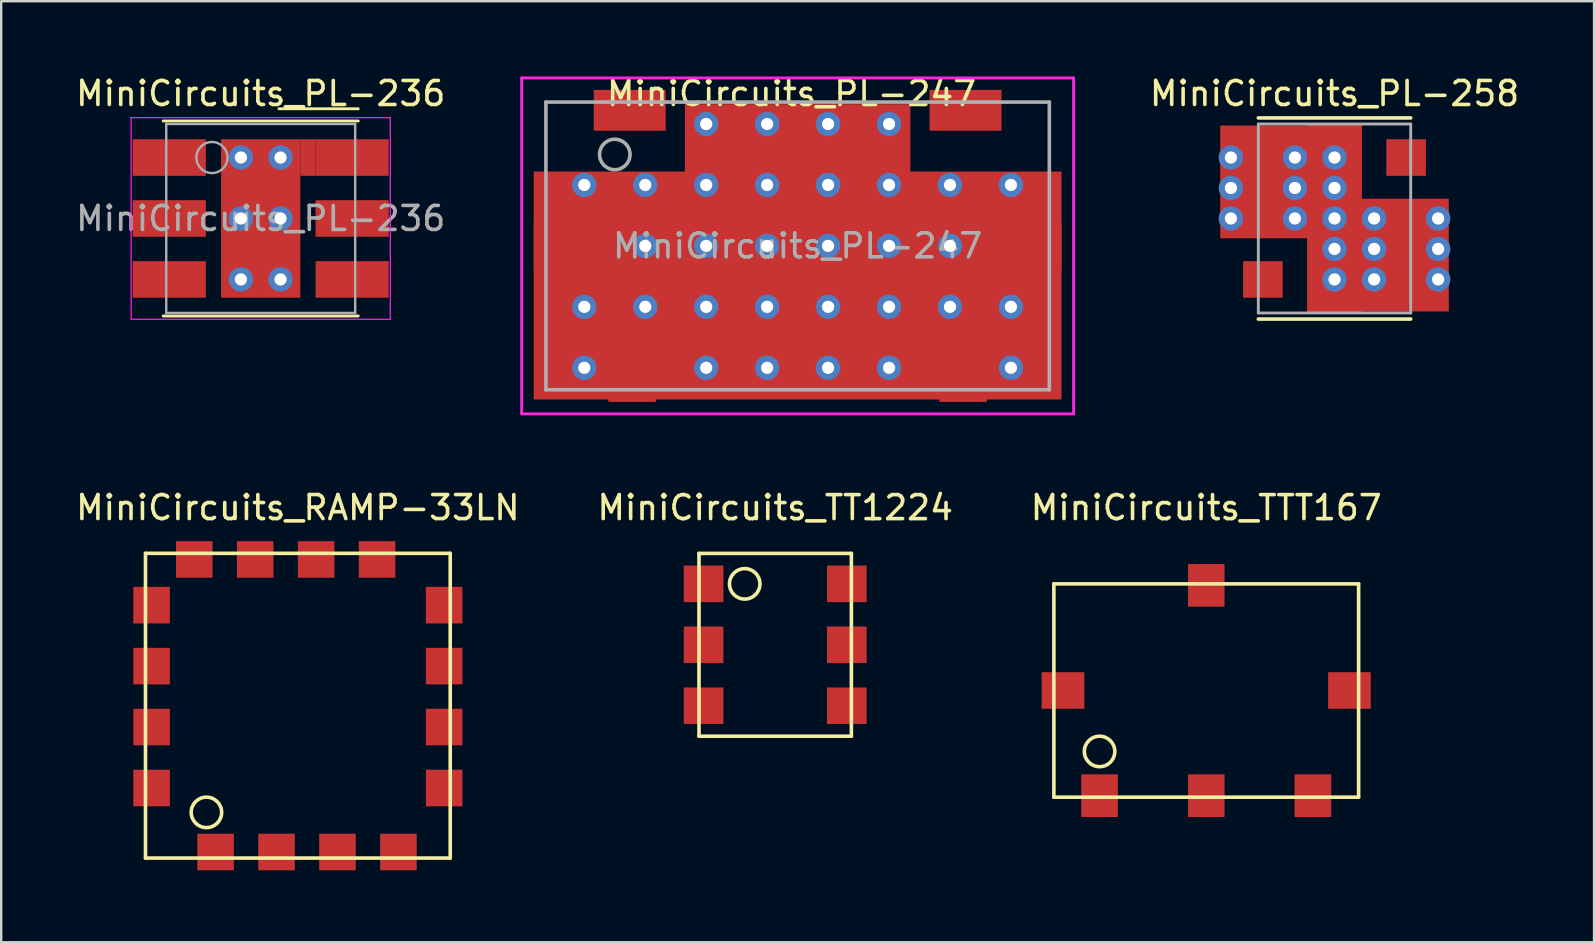
<source format=kicad_pcb>
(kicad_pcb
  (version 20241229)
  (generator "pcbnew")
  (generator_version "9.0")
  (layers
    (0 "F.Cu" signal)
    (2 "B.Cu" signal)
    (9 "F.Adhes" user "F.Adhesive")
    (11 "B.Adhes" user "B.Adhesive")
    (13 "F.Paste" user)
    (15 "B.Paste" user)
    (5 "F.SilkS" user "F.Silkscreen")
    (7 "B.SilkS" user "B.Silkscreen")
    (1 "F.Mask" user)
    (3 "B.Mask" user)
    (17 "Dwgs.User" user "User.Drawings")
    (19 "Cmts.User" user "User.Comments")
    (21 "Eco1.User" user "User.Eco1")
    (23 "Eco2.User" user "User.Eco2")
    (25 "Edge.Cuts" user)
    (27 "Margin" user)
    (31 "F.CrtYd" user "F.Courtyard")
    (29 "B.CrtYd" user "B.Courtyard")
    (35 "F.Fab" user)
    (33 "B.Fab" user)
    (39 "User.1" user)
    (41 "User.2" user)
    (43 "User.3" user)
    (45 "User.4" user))
  (footprint "MiniCircuits_PL-258"
    (layer "F.Cu")
    (at 52.566 6.055)
    (property "Reference" "MiniCircuits_PL-258" (at 0 -5.207 0) (layer "F.SilkS") (effects (font (size 1 1) (thickness 0.15))))
    (attr through_hole)
    (fp_line (start -3.175 -4.191) (end 3.175 -4.191) (stroke (width 0.15) (type solid)) (layer "F.SilkS"))
    (fp_line (start 3.175 4.191) (end -3.175 4.191) (stroke (width 0.15) (type solid)) (layer "F.SilkS"))
    (fp_line (start -3.175 -3.937) (end 3.175 -3.937) (stroke (width 0.12) (type solid)) (layer "F.Fab"))
    (fp_line (start -3.175 3.937) (end -3.175 -3.937) (stroke (width 0.12) (type solid)) (layer "F.Fab"))
    (fp_line (start -3.175 3.937) (end 3.175 3.937) (stroke (width 0.12) (type solid)) (layer "F.Fab"))
    (fp_line (start 3.175 -3.937) (end 3.175 3.937) (stroke (width 0.12) (type solid)) (layer "F.Fab"))
    (pad "1" smd rect (at 3.81 -2.54 180) (size 1.651 1.524) (drill (offset 0.826 0)) (layers "F.Cu" "F.Mask" "F.Paste"))
    (pad "2" thru_hole circle (at -4.318 -2.54) (size 1.016 1.016) (drill 0.508) (layers "*.Cu"))
    (pad "2" thru_hole circle (at -4.318 -1.27) (size 1.016 1.016) (drill 0.508) (layers "*.Cu"))
    (pad "2" thru_hole circle (at -4.318 0) (size 1.016 1.016) (drill 0.508) (layers "*.Cu"))
    (pad "2" smd rect (at -2.921 -1.524) (size 3.683 4.699) (layers "F.Cu"))
    (pad "2" thru_hole circle (at -1.651 -2.54) (size 1.016 1.016) (drill 0.508) (layers "*.Cu"))
    (pad "2" thru_hole circle (at -1.651 -1.27) (size 1.016 1.016) (drill 0.508) (layers "*.Cu"))
    (pad "2" thru_hole circle (at -1.651 0) (size 1.016 1.016) (drill 0.508) (layers "*.Cu"))
    (pad "2" thru_hole circle (at 0 -2.54) (size 1.016 1.016) (drill 0.508) (layers "*.Cu"))
    (pad "2" thru_hole circle (at 0 -1.27) (size 1.016 1.016) (drill 0.508) (layers "*.Cu"))
    (pad "2" thru_hole circle (at 0 0) (size 1.016 1.016) (drill 0.508) (layers "*.Cu"))
    (pad "2" smd rect (at 0 0) (size 2.286 7.874) (layers "F.Cu"))
    (pad "2" thru_hole circle (at 0 1.27) (size 1.016 1.016) (drill 0.508) (layers "*.Cu"))
    (pad "2" thru_hole circle (at 0 2.54) (size 1.016 1.016) (drill 0.508) (layers "*.Cu"))
    (pad "2" thru_hole circle (at 1.651 0) (size 1.016 1.016) (drill 0.508) (layers "*.Cu"))
    (pad "2" thru_hole circle (at 1.651 1.27) (size 1.016 1.016) (drill 0.508) (layers "*.Cu"))
    (pad "2" thru_hole circle (at 1.651 2.54) (size 1.016 1.016) (drill 0.508) (layers "*.Cu"))
    (pad "2" smd rect (at 2.921 1.524) (size 3.683 4.699) (layers "F.Cu"))
    (pad "2" smd rect (at 3.81 0 180) (size 1.651 1.524) (drill (offset 0.826 0)) (layers "F.Cu" "F.Mask" "F.Paste"))
    (pad "2" thru_hole circle (at 4.318 0) (size 1.016 1.016) (drill 0.508) (layers "*.Cu"))
    (pad "2" thru_hole circle (at 4.318 1.27) (size 1.016 1.016) (drill 0.508) (layers "*.Cu"))
    (pad "2" thru_hole circle (at 4.318 2.54) (size 1.016 1.016) (drill 0.508) (layers "*.Cu"))
    (pad "3" smd rect (at 3.81 2.54 180) (size 1.651 1.524) (drill (offset 0.826 0)) (layers "F.Cu" "F.Mask" "F.Paste"))
    (pad "4" smd rect (at -3.81 2.54) (size 1.651 1.524) (drill (offset 0.826 0)) (layers "F.Cu" "F.Mask" "F.Paste"))
    (pad "5" smd rect (at -3.81 0) (size 1.651 1.524) (drill (offset 0.826 0)) (layers "F.Cu" "F.Mask" "F.Paste"))
    (pad "6" smd rect (at -3.81 -2.54) (size 1.651 1.524) (drill (offset 0.826 0)) (layers "F.Cu" "F.Mask" "F.Paste")))
  (footprint "MiniCircuits_PL-236"
    (layer "F.Cu")
    (at 7.815 6.055)
    (property "Reference" "MiniCircuits_PL-236" (at 0 -5.207 0) (layer "F.SilkS") (effects (font (size 1 1) (thickness 0.15))))
    (attr smd)
    (fp_line (start 0.762 -4.572) (end 4.064 -4.572) (stroke (width 0.12) (type solid)) (layer "F.SilkS"))
    (fp_line (start 4.064 -4.064) (end -4.064 -4.064) (stroke (width 0.12) (type solid)) (layer "F.SilkS"))
    (fp_line (start 4.064 4.064) (end -4.064 4.064) (stroke (width 0.12) (type solid)) (layer "F.SilkS"))
    (fp_line (start -5.4 -4.2) (end -5.4 4.2) (stroke (width 0.05) (type solid)) (layer "F.CrtYd"))
    (fp_line (start -5.4 -4.2) (end 5.4 -4.2) (stroke (width 0.05) (type solid)) (layer "F.CrtYd"))
    (fp_line (start 5.4 -4.2) (end 5.4 4.2) (stroke (width 0.05) (type solid)) (layer "F.CrtYd"))
    (fp_line (start 5.4 4.2) (end -5.4 4.2) (stroke (width 0.05) (type solid)) (layer "F.CrtYd"))
    (fp_line (start -3.937 -3.937) (end -3.937 3.937) (stroke (width 0.1) (type solid)) (layer "F.Fab"))
    (fp_line (start -3.937 -3.937) (end 3.937 -3.937) (stroke (width 0.1) (type solid)) (layer "F.Fab"))
    (fp_line (start 3.937 3.937) (end -3.937 3.937) (stroke (width 0.1) (type solid)) (layer "F.Fab"))
    (fp_line (start 3.937 3.937) (end 3.937 -3.937) (stroke (width 0.1) (type solid)) (layer "F.Fab"))
    (fp_circle (center -2.032 -2.54) (end -1.384 -2.54) (stroke (width 0.1) (type solid)) (fill no) (layer "F.Fab"))
    (fp_text user "${REFERENCE}" (at 0 0 0) (layer "F.Fab") (effects (font (size 1 1) (thickness 0.15))))
    (pad "1" thru_hole circle (at -0.826 -2.54 270) (size 1.016 1.016) (drill 0.508) (layers "*.Cu"))
    (pad "1" thru_hole circle (at -0.826 0 270) (size 1.016 1.016) (drill 0.508) (layers "*.Cu"))
    (pad "1" thru_hole circle (at -0.826 2.54 270) (size 1.016 1.016) (drill 0.508) (layers "*.Cu"))
    (pad "1" smd rect (at 0 0) (size 3.302 6.604) (layers "F.Cu"))
    (pad "1" thru_hole circle (at 0.826 -2.54 270) (size 1.016 1.016) (drill 0.508) (layers "*.Cu"))
    (pad "1" thru_hole circle (at 0.826 0 270) (size 1.016 1.016) (drill 0.508) (layers "*.Cu"))
    (pad "1" thru_hole circle (at 0.826 2.54 270) (size 1.016 1.016) (drill 0.508) (layers "*.Cu"))
    (pad "1" smd rect (at 1.968 -2.54) (size 0.635 1.524) (layers "F.Cu"))
    (pad "1" smd rect (at 3.81 -2.54 270) (size 1.524 3.048) (layers "F.Cu" "F.Mask" "F.Paste"))
    (pad "2" smd rect (at 3.81 0 270) (size 1.524 3.048) (layers "F.Cu" "F.Mask" "F.Paste"))
    (pad "3" smd rect (at 3.81 2.54 270) (size 1.524 3.048) (layers "F.Cu" "F.Mask" "F.Paste"))
    (pad "4" smd rect (at -3.81 2.54 270) (size 1.524 3.048) (layers "F.Cu" "F.Mask" "F.Paste"))
    (pad "5" smd rect (at -3.81 0 270) (size 1.524 3.048) (layers "F.Cu" "F.Mask" "F.Paste"))
    (pad "6" smd rect (at -3.81 -2.54 270) (size 1.524 3.048) (layers "F.Cu" "F.Mask" "F.Paste")))
  (footprint "MiniCircuits_TTT167"
    (layer "F.Cu")
    (at 47.22 25.727)
    (property "Reference" "MiniCircuits_TTT167" (at 0 -7.62 0) (layer "F.SilkS") (effects (font (size 1 1) (thickness 0.15))))
    (attr through_hole)
    (fp_line (start -6.35 -4.445) (end 6.35 -4.445) (stroke (width 0.15) (type solid)) (layer "F.SilkS"))
    (fp_line (start -6.35 4.445) (end -6.35 -4.445) (stroke (width 0.15) (type solid)) (layer "F.SilkS"))
    (fp_line (start 6.35 -4.445) (end 6.35 4.445) (stroke (width 0.15) (type solid)) (layer "F.SilkS"))
    (fp_line (start 6.35 4.445) (end -6.35 4.445) (stroke (width 0.15) (type solid)) (layer "F.SilkS"))
    (fp_circle (center -4.445 2.54) (end -3.81 2.54) (stroke (width 0.15) (type solid)) (fill no) (layer "F.SilkS"))
    (pad "1" smd rect (at 6.858 0 180) (size 1.778 1.524) (drill (offset 0.889 0)) (layers "F.Cu" "F.Mask" "F.Paste"))
    (pad "2" smd rect (at -6.858 0) (size 1.778 1.524) (drill (offset 0.889 0)) (layers "F.Cu" "F.Mask" "F.Paste"))
    (pad "3" smd rect (at 0 5.271 90) (size 1.778 1.524) (drill (offset 0.889 0)) (layers "F.Cu" "F.Mask" "F.Paste"))
    (pad "4" smd rect (at 0 -5.271 270) (size 1.778 1.524) (drill (offset 0.889 0)) (layers "F.Cu" "F.Mask" "F.Paste"))
    (pad "5" smd rect (at -4.445 5.271 90) (size 1.778 1.524) (drill (offset 0.889 0)) (layers "F.Cu" "F.Mask" "F.Paste"))
    (pad "6" smd rect (at 4.445 5.271 90) (size 1.778 1.524) (drill (offset 0.889 0)) (layers "F.Cu" "F.Mask" "F.Paste")))
  (footprint "MiniCircuits_TT1224"
    (layer "F.Cu")
    (at 29.256 23.822)
    (property "Reference" "MiniCircuits_TT1224" (at 0 -5.715 0) (layer "F.SilkS") (effects (font (size 1 1) (thickness 0.15))))
    (attr through_hole)
    (fp_line (start -3.175 -3.81) (end 3.175 -3.81) (stroke (width 0.15) (type solid)) (layer "F.SilkS"))
    (fp_line (start -3.175 3.81) (end -3.175 -3.81) (stroke (width 0.15) (type solid)) (layer "F.SilkS"))
    (fp_line (start 3.175 -3.81) (end 3.175 3.81) (stroke (width 0.15) (type solid)) (layer "F.SilkS"))
    (fp_line (start 3.175 3.81) (end -3.175 3.81) (stroke (width 0.15) (type solid)) (layer "F.SilkS"))
    (fp_circle (center -1.27 -2.54) (end -1.905 -2.54) (stroke (width 0.15) (type solid)) (fill no) (layer "F.SilkS"))
    (pad "1" smd rect (at 3.81 -2.54 180) (size 1.651 1.524) (drill (offset 0.826 0)) (layers "F.Cu" "F.Mask" "F.Paste"))
    (pad "2" smd rect (at 3.81 0 180) (size 1.651 1.524) (drill (offset 0.826 0)) (layers "F.Cu" "F.Mask" "F.Paste"))
    (pad "3" smd rect (at 3.81 2.54 180) (size 1.651 1.524) (drill (offset 0.826 0)) (layers "F.Cu" "F.Mask" "F.Paste"))
    (pad "4" smd rect (at -3.81 2.54) (size 1.651 1.524) (drill (offset 0.826 0)) (layers "F.Cu" "F.Mask" "F.Paste"))
    (pad "5" smd rect (at -3.81 0) (size 1.651 1.524) (drill (offset 0.826 0)) (layers "F.Cu" "F.Mask" "F.Paste"))
    (pad "6" smd rect (at -3.81 -2.54) (size 1.651 1.524) (drill (offset 0.826 0)) (layers "F.Cu" "F.Mask" "F.Paste")))
  (footprint "MiniCircuits_RAMP-33LN"
    (layer "F.Cu")
    (at 9.363 26.361)
    (property "Reference" "MiniCircuits_RAMP-33LN" (at 0 -8.255 0) (layer "F.SilkS") (effects (font (size 1 1) (thickness 0.15))))
    (attr through_hole)
    (fp_line (start -6.35 -6.35) (end 6.35 -6.35) (stroke (width 0.15) (type solid)) (layer "F.SilkS"))
    (fp_line (start -6.35 6.35) (end -6.35 -6.35) (stroke (width 0.15) (type solid)) (layer "F.SilkS"))
    (fp_line (start 6.35 -6.35) (end 6.35 6.35) (stroke (width 0.15) (type solid)) (layer "F.SilkS"))
    (fp_line (start 6.35 6.35) (end -6.35 6.35) (stroke (width 0.15) (type solid)) (layer "F.SilkS"))
    (fp_circle (center -3.81 4.445) (end -3.175 4.445) (stroke (width 0.15) (type solid)) (fill no) (layer "F.SilkS"))
    (pad "1" smd rect (at -3.429 6.858 90) (size 1.524 1.524) (drill (offset 0.762 0)) (layers "F.Cu" "F.Mask" "F.Paste"))
    (pad "2" smd rect (at -0.889 6.858 90) (size 1.524 1.524) (drill (offset 0.762 0)) (layers "F.Cu" "F.Mask" "F.Paste"))
    (pad "3" smd rect (at 1.651 6.858 90) (size 1.524 1.524) (drill (offset 0.762 0)) (layers "F.Cu" "F.Mask" "F.Paste"))
    (pad "4" smd rect (at 4.191 6.858 90) (size 1.524 1.524) (drill (offset 0.762 0)) (layers "F.Cu" "F.Mask" "F.Paste"))
    (pad "5" smd rect (at 6.858 3.429 180) (size 1.524 1.524) (drill (offset 0.762 0)) (layers "F.Cu" "F.Mask" "F.Paste"))
    (pad "6" smd rect (at 6.858 0.889 180) (size 1.524 1.524) (drill (offset 0.762 0)) (layers "F.Cu" "F.Mask" "F.Paste"))
    (pad "7" smd rect (at 6.858 -1.651 180) (size 1.524 1.524) (drill (offset 0.762 0)) (layers "F.Cu" "F.Mask" "F.Paste"))
    (pad "8" smd rect (at 6.858 -4.191 180) (size 1.524 1.524) (drill (offset 0.762 0)) (layers "F.Cu" "F.Mask" "F.Paste"))
    (pad "9" smd rect (at 3.302 -6.858 270) (size 1.524 1.524) (drill (offset 0.762 0)) (layers "F.Cu" "F.Mask" "F.Paste"))
    (pad "10" smd rect (at 0.762 -6.858 270) (size 1.524 1.524) (drill (offset 0.762 0)) (layers "F.Cu" "F.Mask" "F.Paste"))
    (pad "11" smd rect (at -1.778 -6.858 270) (size 1.524 1.524) (drill (offset 0.762 0)) (layers "F.Cu" "F.Mask" "F.Paste"))
    (pad "12" smd rect (at -4.318 -6.858 270) (size 1.524 1.524) (drill (offset 0.762 0)) (layers "F.Cu" "F.Mask" "F.Paste"))
    (pad "13" smd rect (at -6.858 -4.191) (size 1.524 1.524) (drill (offset 0.762 0)) (layers "F.Cu" "F.Mask" "F.Paste"))
    (pad "14" smd rect (at -6.858 -1.651) (size 1.524 1.524) (drill (offset 0.762 0)) (layers "F.Cu" "F.Mask" "F.Paste"))
    (pad "15" smd rect (at -6.858 0.889) (size 1.524 1.524) (drill (offset 0.762 0)) (layers "F.Cu" "F.Mask" "F.Paste"))
    (pad "16" smd rect (at -6.858 3.429) (size 1.524 1.524) (drill (offset 0.762 0)) (layers "F.Cu" "F.Mask" "F.Paste")))
  (footprint "MiniCircuits_PL-247"
    (layer "F.Cu")
    (at 30.191 7.198)
    (property "Reference" "MiniCircuits_PL-247" (at -0.254 -6.35 0) (layer "F.SilkS") (effects (font (size 1 1) (thickness 0.15))))
    (attr smd)
    (fp_line (start -11.5 -7) (end 11.5 -7) (stroke (width 0.12) (type solid)) (layer "F.CrtYd"))
    (fp_line (start -11.5 7) (end -11.5 -7) (stroke (width 0.12) (type solid)) (layer "F.CrtYd"))
    (fp_line (start 11.5 -7) (end 11.5 7) (stroke (width 0.12) (type solid)) (layer "F.CrtYd"))
    (fp_line (start 11.5 7) (end -11.5 7) (stroke (width 0.12) (type solid)) (layer "F.CrtYd"))
    (fp_line (start -10.49 -5.994) (end 10.49 -5.994) (stroke (width 0.15) (type solid)) (layer "F.Fab"))
    (fp_line (start -10.49 5.994) (end -10.49 -5.994) (stroke (width 0.15) (type solid)) (layer "F.Fab"))
    (fp_line (start 10.49 -5.994) (end 10.49 5.994) (stroke (width 0.15) (type solid)) (layer "F.Fab"))
    (fp_line (start 10.49 5.994) (end -10.49 5.994) (stroke (width 0.15) (type solid)) (layer "F.Fab"))
    (fp_circle (center -7.62 -3.81) (end -6.985 -3.81) (stroke (width 0.15) (type solid)) (fill no) (layer "F.Fab"))
    (fp_text user "${REFERENCE}" (at 0 0 0) (layer "F.Fab") (effects (font (size 1 1) (thickness 0.15))))
    (pad "1" smd rect (at -6.998 -6.502) (size 2.997 1.702) (drill (offset 0 0.851)) (layers "F.Cu" "F.Mask" "F.Paste"))
    (pad "2" smd rect (at 6.998 -6.502) (size 2.997 1.702) (drill (offset 0 0.851)) (layers "F.Cu" "F.Mask" "F.Paste"))
    (pad "3" thru_hole circle (at -8.89 -2.54) (size 1.016 1.016) (drill 0.508) (layers "*.Cu" "*.Mask"))
    (pad "3" thru_hole circle (at -8.89 2.54) (size 1.016 1.016) (drill 0.508) (layers "*.Cu" "*.Mask"))
    (pad "3" thru_hole circle (at -8.89 5.08) (size 1.016 1.016) (drill 0.508) (layers "*.Cu" "*.Mask"))
    (pad "3" thru_hole circle (at -6.35 -2.54) (size 1.016 1.016) (drill 0.508) (layers "*.Cu" "*.Mask"))
    (pad "3" thru_hole circle (at -6.35 0) (size 1.016 1.016) (drill 0.508) (layers "*.Cu" "*.Mask"))
    (pad "3" thru_hole circle (at -6.35 2.54) (size 1.016 1.016) (drill 0.508) (layers "*.Cu" "*.Mask"))
    (pad "3" thru_hole circle (at -3.81 -5.08) (size 1.016 1.016) (drill 0.508) (layers "*.Cu" "*.Mask"))
    (pad "3" thru_hole circle (at -3.81 -2.54) (size 1.016 1.016) (drill 0.508) (layers "*.Cu" "*.Mask"))
    (pad "3" thru_hole circle (at -3.81 0) (size 1.016 1.016) (drill 0.508) (layers "*.Cu" "*.Mask"))
    (pad "3" thru_hole circle (at -3.81 2.54) (size 1.016 1.016) (drill 0.508) (layers "*.Cu" "*.Mask"))
    (pad "3" thru_hole circle (at -3.81 5.08) (size 1.016 1.016) (drill 0.508) (layers "*.Cu" "*.Mask"))
    (pad "3" thru_hole circle (at -1.27 -5.08) (size 1.016 1.016) (drill 0.508) (layers "*.Cu" "*.Mask"))
    (pad "3" thru_hole circle (at -1.27 -2.54) (size 1.016 1.016) (drill 0.508) (layers "*.Cu" "*.Mask"))
    (pad "3" thru_hole circle (at -1.27 0) (size 1.016 1.016) (drill 0.508) (layers "*.Cu" "*.Mask"))
    (pad "3" thru_hole circle (at -1.27 2.54) (size 1.016 1.016) (drill 0.508) (layers "*.Cu" "*.Mask"))
    (pad "3" thru_hole circle (at -1.27 5.08) (size 1.016 1.016) (drill 0.508) (layers "*.Cu" "*.Mask"))
    (pad "3" smd rect (at 0 -4.445) (size 9.398 2.921) (layers "F.Cu"))
    (pad "3" smd rect (at 0 1.651) (size 21.996 9.5) (layers "F.Cu"))
    (pad "3" thru_hole circle (at 1.27 -5.08) (size 1.016 1.016) (drill 0.508) (layers "*.Cu" "*.Mask"))
    (pad "3" thru_hole circle (at 1.27 -2.54) (size 1.016 1.016) (drill 0.508) (layers "*.Cu" "*.Mask"))
    (pad "3" thru_hole circle (at 1.27 0) (size 1.016 1.016) (drill 0.508) (layers "*.Cu" "*.Mask"))
    (pad "3" thru_hole circle (at 1.27 2.54) (size 1.016 1.016) (drill 0.508) (layers "*.Cu" "*.Mask"))
    (pad "3" thru_hole circle (at 1.27 5.08) (size 1.016 1.016) (drill 0.508) (layers "*.Cu" "*.Mask"))
    (pad "3" thru_hole circle (at 3.81 -5.08) (size 1.016 1.016) (drill 0.508) (layers "*.Cu" "*.Mask"))
    (pad "3" thru_hole circle (at 3.81 -2.54) (size 1.016 1.016) (drill 0.508) (layers "*.Cu" "*.Mask"))
    (pad "3" thru_hole circle (at 3.81 0) (size 1.016 1.016) (drill 0.508) (layers "*.Cu" "*.Mask"))
    (pad "3" thru_hole circle (at 3.81 2.54) (size 1.016 1.016) (drill 0.508) (layers "*.Cu" "*.Mask"))
    (pad "3" thru_hole circle (at 3.81 5.08) (size 1.016 1.016) (drill 0.508) (layers "*.Cu" "*.Mask"))
    (pad "3" thru_hole circle (at 6.35 -2.54) (size 1.016 1.016) (drill 0.508) (layers "*.Cu" "*.Mask"))
    (pad "3" thru_hole circle (at 6.35 0) (size 1.016 1.016) (drill 0.508) (layers "*.Cu" "*.Mask"))
    (pad "3" thru_hole circle (at 6.35 2.54) (size 1.016 1.016) (drill 0.508) (layers "*.Cu" "*.Mask"))
    (pad "3" thru_hole circle (at 8.89 -2.54) (size 1.016 1.016) (drill 0.508) (layers "*.Cu" "*.Mask"))
    (pad "3" thru_hole circle (at 8.89 2.54) (size 1.016 1.016) (drill 0.508) (layers "*.Cu" "*.Mask"))
    (pad "3" thru_hole circle (at 8.89 5.08) (size 1.016 1.016) (drill 0.508) (layers "*.Cu" "*.Mask"))
    (pad "3" smd rect (at 10.998 0) (size 2.438 1.981) (drill (offset -1.219 0)) (layers "F.Cu" "F.Mask" "F.Paste"))
    (pad "4" smd rect (at 6.896 6.502) (size 1.981 2.489) (drill (offset 0 -1.245)) (layers "F.Cu" "F.Mask" "F.Paste"))
    (pad "5" smd rect (at -6.896 6.502) (size 1.981 2.489) (drill (offset 0 -1.245)) (layers "F.Cu" "F.Mask" "F.Paste"))
    (pad "6" smd rect (at -10.998 0) (size 2.438 1.981) (drill (offset 1.219 0)) (layers "F.Cu" "F.Mask" "F.Paste")))
  (gr_rect
    (start -3 -3)
    (end 63.382 36.219)
    (stroke (width 0.1) (type default))
    (fill no)
    (layer "Edge.Cuts")))
</source>
